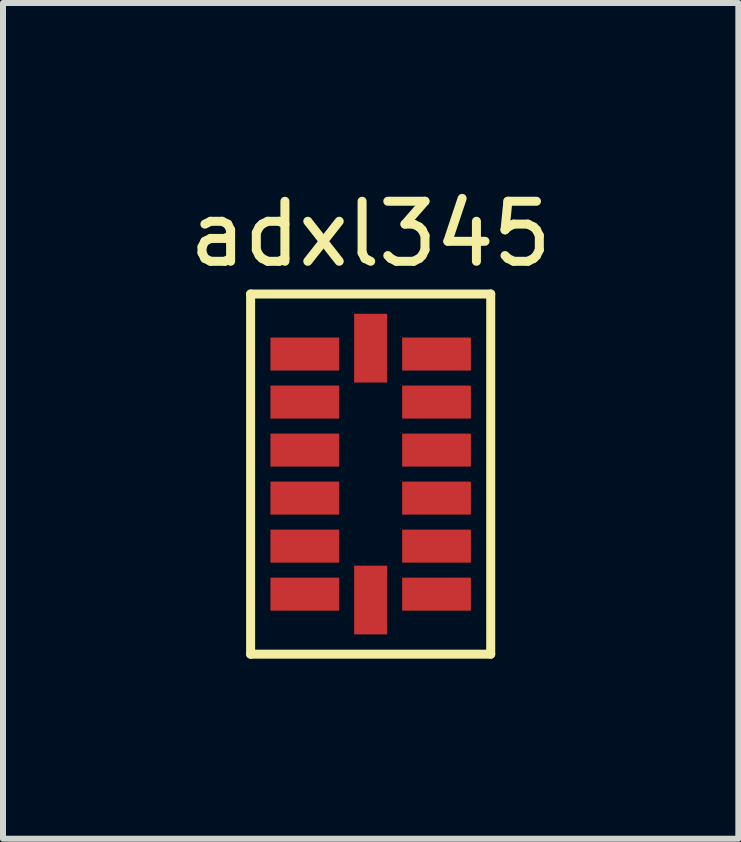
<source format=kicad_pcb>
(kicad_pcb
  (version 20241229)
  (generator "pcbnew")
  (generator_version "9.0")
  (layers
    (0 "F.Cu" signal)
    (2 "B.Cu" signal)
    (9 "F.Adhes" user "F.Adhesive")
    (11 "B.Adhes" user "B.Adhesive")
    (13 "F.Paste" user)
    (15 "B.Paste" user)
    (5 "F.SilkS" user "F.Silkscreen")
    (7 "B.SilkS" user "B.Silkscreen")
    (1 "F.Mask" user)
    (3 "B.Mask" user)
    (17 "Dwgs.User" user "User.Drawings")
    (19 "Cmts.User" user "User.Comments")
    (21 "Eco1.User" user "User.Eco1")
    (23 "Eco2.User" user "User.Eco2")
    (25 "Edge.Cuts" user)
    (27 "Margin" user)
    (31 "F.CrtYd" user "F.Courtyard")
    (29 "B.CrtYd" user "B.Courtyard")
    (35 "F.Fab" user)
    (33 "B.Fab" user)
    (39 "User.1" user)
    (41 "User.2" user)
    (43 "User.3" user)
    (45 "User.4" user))
  (footprint "adxl345"
    (layer "F.Cu")
    (at 3.125 4.848)
    (property "Reference" "adxl345" (at 0 -4 0) (layer "F.SilkS") (effects (font (size 1 1) (thickness 0.15))))
    (attr through_hole)
    (fp_line (start -2 -3) (end 2 -3) (stroke (width 0.15) (type solid)) (layer "F.SilkS"))
    (fp_line (start -2 3) (end -2 -3) (stroke (width 0.15) (type solid)) (layer "F.SilkS"))
    (fp_line (start 2 -3) (end 2 3) (stroke (width 0.15) (type solid)) (layer "F.SilkS"))
    (fp_line (start 2 3) (end -2 3) (stroke (width 0.15) (type solid)) (layer "F.SilkS"))
    (pad "1" smd rect (at -1.097 -2) (size 1.145 0.55) (layers "F.Cu" "F.Mask" "F.Paste"))
    (pad "2" smd rect (at -1.097 -1.2) (size 1.145 0.55) (layers "F.Cu" "F.Mask" "F.Paste"))
    (pad "3" smd rect (at -1.097 -0.4) (size 1.145 0.55) (layers "F.Cu" "F.Mask" "F.Paste"))
    (pad "4" smd rect (at -1.097 0.4) (size 1.145 0.55) (layers "F.Cu" "F.Mask" "F.Paste"))
    (pad "5" smd rect (at -1.097 1.2) (size 1.145 0.55) (layers "F.Cu" "F.Mask" "F.Paste"))
    (pad "6" smd rect (at -1.097 2) (size 1.145 0.55) (layers "F.Cu" "F.Mask" "F.Paste"))
    (pad "7" smd rect (at 0 2.098 90) (size 1.145 0.55) (layers "F.Cu" "F.Mask" "F.Paste"))
    (pad "8" smd rect (at 1.097 2) (size 1.145 0.55) (layers "F.Cu" "F.Mask" "F.Paste"))
    (pad "9" smd rect (at 1.097 1.2) (size 1.145 0.55) (layers "F.Cu" "F.Mask" "F.Paste"))
    (pad "10" smd rect (at 1.097 0.4) (size 1.145 0.55) (layers "F.Cu" "F.Mask" "F.Paste"))
    (pad "11" smd rect (at 1.097 -0.4) (size 1.145 0.55) (layers "F.Cu" "F.Mask" "F.Paste"))
    (pad "12" smd rect (at 1.097 -1.2) (size 1.145 0.55) (layers "F.Cu" "F.Mask" "F.Paste"))
    (pad "13" smd rect (at 1.097 -2) (size 1.145 0.55) (layers "F.Cu" "F.Mask" "F.Paste"))
    (pad "14" smd rect (at 0 -2.098 90) (size 1.145 0.55) (layers "F.Cu" "F.Mask" "F.Paste")))
  (gr_rect
    (start -3 -3)
    (end 9.25 10.923)
    (stroke (width 0.1) (type default))
    (fill no)
    (layer "Edge.Cuts")))
</source>
